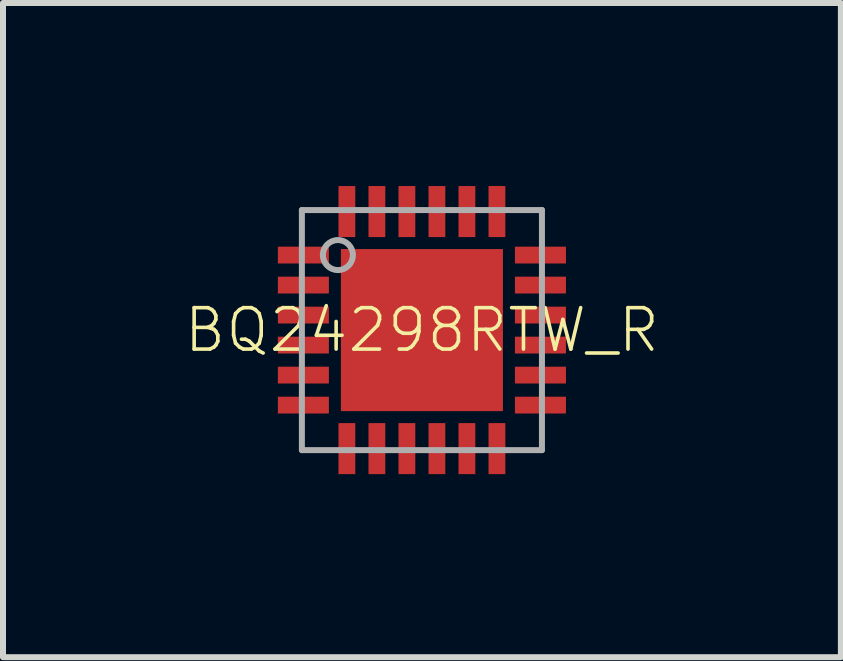
<source format=kicad_pcb>
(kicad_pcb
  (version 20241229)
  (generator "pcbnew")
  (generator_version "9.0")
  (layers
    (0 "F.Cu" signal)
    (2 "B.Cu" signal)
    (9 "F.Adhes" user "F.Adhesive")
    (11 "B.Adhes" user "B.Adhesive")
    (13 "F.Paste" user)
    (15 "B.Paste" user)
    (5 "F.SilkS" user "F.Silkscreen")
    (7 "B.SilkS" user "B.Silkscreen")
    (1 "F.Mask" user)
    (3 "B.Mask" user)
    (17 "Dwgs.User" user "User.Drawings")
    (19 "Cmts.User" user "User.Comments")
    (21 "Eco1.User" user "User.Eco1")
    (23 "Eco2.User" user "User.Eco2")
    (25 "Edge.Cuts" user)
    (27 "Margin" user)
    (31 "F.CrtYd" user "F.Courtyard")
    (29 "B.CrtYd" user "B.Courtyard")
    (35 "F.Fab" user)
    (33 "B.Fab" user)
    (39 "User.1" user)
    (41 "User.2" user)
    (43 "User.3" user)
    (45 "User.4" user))
  (footprint "BQ24298RTW_R"
    (layer "F.Cu")
    (at 3.98 2.45)
    (property "Reference" "BQ24298RTW_R" (at 0 0 0) (unlocked yes) (layer "F.SilkS") (effects (font (size 0.69 0.69) (thickness 0.06))))
    (fp_poly (pts (xy -2.45 -1.06) (xy -1.5 -1.06) (xy -1.5 -1.44) (xy -2.45 -1.44)) (stroke (width 0) (type default)) (fill yes) (layer "F.Mask"))
    (fp_poly (pts (xy -2.45 -0.56) (xy -1.5 -0.56) (xy -1.5 -0.94) (xy -2.45 -0.94)) (stroke (width 0) (type default)) (fill yes) (layer "F.Mask"))
    (fp_poly (pts (xy -2.45 -0.06) (xy -1.5 -0.06) (xy -1.5 -0.44) (xy -2.45 -0.44)) (stroke (width 0) (type default)) (fill yes) (layer "F.Mask"))
    (fp_poly (pts (xy -2.45 0.44) (xy -1.5 0.44) (xy -1.5 0.06) (xy -2.45 0.06)) (stroke (width 0) (type default)) (fill yes) (layer "F.Mask"))
    (fp_poly (pts (xy -2.45 0.94) (xy -1.5 0.94) (xy -1.5 0.56) (xy -2.45 0.56)) (stroke (width 0) (type default)) (fill yes) (layer "F.Mask"))
    (fp_poly (pts (xy -2.45 1.44) (xy -1.5 1.44) (xy -1.5 1.06) (xy -2.45 1.06)) (stroke (width 0) (type default)) (fill yes) (layer "F.Mask"))
    (fp_poly (pts (xy -1.44 -2.45) (xy -1.44 -1.5) (xy -1.06 -1.5) (xy -1.06 -2.45)) (stroke (width 0) (type default)) (fill yes) (layer "F.Mask"))
    (fp_poly (pts (xy -1.4 1.4) (xy 1.4 1.4) (xy 1.4 -1.4) (xy -1.4 -1.4)) (stroke (width 0) (type default)) (fill yes) (layer "F.Mask"))
    (fp_poly (pts (xy -1.06 2.45) (xy -1.06 1.5) (xy -1.44 1.5) (xy -1.44 2.45)) (stroke (width 0) (type default)) (fill yes) (layer "F.Mask"))
    (fp_poly (pts (xy -0.94 -2.45) (xy -0.94 -1.5) (xy -0.56 -1.5) (xy -0.56 -2.45)) (stroke (width 0) (type default)) (fill yes) (layer "F.Mask"))
    (fp_poly (pts (xy -0.56 2.45) (xy -0.56 1.5) (xy -0.94 1.5) (xy -0.94 2.45)) (stroke (width 0) (type default)) (fill yes) (layer "F.Mask"))
    (fp_poly (pts (xy -0.44 -2.45) (xy -0.44 -1.5) (xy -0.06 -1.5) (xy -0.06 -2.45)) (stroke (width 0) (type default)) (fill yes) (layer "F.Mask"))
    (fp_poly (pts (xy -0.06 2.45) (xy -0.06 1.5) (xy -0.44 1.5) (xy -0.44 2.45)) (stroke (width 0) (type default)) (fill yes) (layer "F.Mask"))
    (fp_poly (pts (xy 0.06 -2.45) (xy 0.06 -1.5) (xy 0.44 -1.5) (xy 0.44 -2.45)) (stroke (width 0) (type default)) (fill yes) (layer "F.Mask"))
    (fp_poly (pts (xy 0.44 2.45) (xy 0.44 1.5) (xy 0.06 1.5) (xy 0.06 2.45)) (stroke (width 0) (type default)) (fill yes) (layer "F.Mask"))
    (fp_poly (pts (xy 0.56 -2.45) (xy 0.56 -1.5) (xy 0.94 -1.5) (xy 0.94 -2.45)) (stroke (width 0) (type default)) (fill yes) (layer "F.Mask"))
    (fp_poly (pts (xy 0.94 2.45) (xy 0.94 1.5) (xy 0.56 1.5) (xy 0.56 2.45)) (stroke (width 0) (type default)) (fill yes) (layer "F.Mask"))
    (fp_poly (pts (xy 1.06 -2.45) (xy 1.06 -1.5) (xy 1.44 -1.5) (xy 1.44 -2.45)) (stroke (width 0) (type default)) (fill yes) (layer "F.Mask"))
    (fp_poly (pts (xy 1.44 2.45) (xy 1.44 1.5) (xy 1.06 1.5) (xy 1.06 2.45)) (stroke (width 0) (type default)) (fill yes) (layer "F.Mask"))
    (fp_poly (pts (xy 2.45 -1.44) (xy 1.5 -1.44) (xy 1.5 -1.06) (xy 2.45 -1.06)) (stroke (width 0) (type default)) (fill yes) (layer "F.Mask"))
    (fp_poly (pts (xy 2.45 -0.94) (xy 1.5 -0.94) (xy 1.5 -0.56) (xy 2.45 -0.56)) (stroke (width 0) (type default)) (fill yes) (layer "F.Mask"))
    (fp_poly (pts (xy 2.45 -0.44) (xy 1.5 -0.44) (xy 1.5 -0.06) (xy 2.45 -0.06)) (stroke (width 0) (type default)) (fill yes) (layer "F.Mask"))
    (fp_poly (pts (xy 2.45 0.06) (xy 1.5 0.06) (xy 1.5 0.44) (xy 2.45 0.44)) (stroke (width 0) (type default)) (fill yes) (layer "F.Mask"))
    (fp_poly (pts (xy 2.45 0.56) (xy 1.5 0.56) (xy 1.5 0.94) (xy 2.45 0.94)) (stroke (width 0) (type default)) (fill yes) (layer "F.Mask"))
    (fp_poly (pts (xy 2.45 1.06) (xy 1.5 1.06) (xy 1.5 1.44) (xy 2.45 1.44)) (stroke (width 0) (type default)) (fill yes) (layer "F.Mask"))
    (fp_poly (pts (xy -1.575 -1.135) (xy -2.375 -1.135) (xy -2.375 -1.365) (xy -1.575 -1.365)) (stroke (width 0) (type default)) (fill yes) (layer "F.Paste"))
    (fp_poly (pts (xy -1.575 -0.635) (xy -2.375 -0.635) (xy -2.375 -0.865) (xy -1.575 -0.865)) (stroke (width 0) (type default)) (fill yes) (layer "F.Paste"))
    (fp_poly (pts (xy -1.575 -0.135) (xy -2.375 -0.135) (xy -2.375 -0.365) (xy -1.575 -0.365)) (stroke (width 0) (type default)) (fill yes) (layer "F.Paste"))
    (fp_poly (pts (xy -1.575 0.365) (xy -2.375 0.365) (xy -2.375 0.135) (xy -1.575 0.135)) (stroke (width 0) (type default)) (fill yes) (layer "F.Paste"))
    (fp_poly (pts (xy -1.575 0.865) (xy -2.375 0.865) (xy -2.375 0.635) (xy -1.575 0.635)) (stroke (width 0) (type default)) (fill yes) (layer "F.Paste"))
    (fp_poly (pts (xy -1.575 1.365) (xy -2.375 1.365) (xy -2.375 1.135) (xy -1.575 1.135)) (stroke (width 0) (type default)) (fill yes) (layer "F.Paste"))
    (fp_poly (pts (xy -1.135 -1.575) (xy -1.365 -1.575) (xy -1.365 -2.375) (xy -1.135 -2.375)) (stroke (width 0) (type default)) (fill yes) (layer "F.Paste"))
    (fp_poly (pts (xy -1.135 2.375) (xy -1.365 2.375) (xy -1.365 1.575) (xy -1.135 1.575)) (stroke (width 0) (type default)) (fill yes) (layer "F.Paste"))
    (fp_poly (pts (xy -0.635 -1.575) (xy -0.865 -1.575) (xy -0.865 -2.375) (xy -0.635 -2.375)) (stroke (width 0) (type default)) (fill yes) (layer "F.Paste"))
    (fp_poly (pts (xy -0.635 2.375) (xy -0.865 2.375) (xy -0.865 1.575) (xy -0.635 1.575)) (stroke (width 0) (type default)) (fill yes) (layer "F.Paste"))
    (fp_poly (pts (xy -0.15 -0.15) (xy -1.25 -0.15) (xy -1.25 -1.25) (xy -0.15 -1.25)) (stroke (width 0) (type default)) (fill yes) (layer "F.Paste"))
    (fp_poly (pts (xy -0.15 1.25) (xy -1.25 1.25) (xy -1.25 0.15) (xy -0.15 0.15)) (stroke (width 0) (type default)) (fill yes) (layer "F.Paste"))
    (fp_poly (pts (xy -0.135 -1.575) (xy -0.365 -1.575) (xy -0.365 -2.375) (xy -0.135 -2.375)) (stroke (width 0) (type default)) (fill yes) (layer "F.Paste"))
    (fp_poly (pts (xy -0.135 2.375) (xy -0.365 2.375) (xy -0.365 1.575) (xy -0.135 1.575)) (stroke (width 0) (type default)) (fill yes) (layer "F.Paste"))
    (fp_poly (pts (xy 0.365 -1.575) (xy 0.135 -1.575) (xy 0.135 -2.375) (xy 0.365 -2.375)) (stroke (width 0) (type default)) (fill yes) (layer "F.Paste"))
    (fp_poly (pts (xy 0.365 2.375) (xy 0.135 2.375) (xy 0.135 1.575) (xy 0.365 1.575)) (stroke (width 0) (type default)) (fill yes) (layer "F.Paste"))
    (fp_poly (pts (xy 0.865 -1.575) (xy 0.635 -1.575) (xy 0.635 -2.375) (xy 0.865 -2.375)) (stroke (width 0) (type default)) (fill yes) (layer "F.Paste"))
    (fp_poly (pts (xy 0.865 2.375) (xy 0.635 2.375) (xy 0.635 1.575) (xy 0.865 1.575)) (stroke (width 0) (type default)) (fill yes) (layer "F.Paste"))
    (fp_poly (pts (xy 1.25 -0.15) (xy 0.15 -0.15) (xy 0.15 -1.25) (xy 1.25 -1.25)) (stroke (width 0) (type default)) (fill yes) (layer "F.Paste"))
    (fp_poly (pts (xy 1.25 1.25) (xy 0.15 1.25) (xy 0.15 0.15) (xy 1.25 0.15)) (stroke (width 0) (type default)) (fill yes) (layer "F.Paste"))
    (fp_poly (pts (xy 1.365 -1.575) (xy 1.135 -1.575) (xy 1.135 -2.375) (xy 1.365 -2.375)) (stroke (width 0) (type default)) (fill yes) (layer "F.Paste"))
    (fp_poly (pts (xy 1.365 2.375) (xy 1.135 2.375) (xy 1.135 1.575) (xy 1.365 1.575)) (stroke (width 0) (type default)) (fill yes) (layer "F.Paste"))
    (fp_poly (pts (xy 2.375 -1.135) (xy 1.575 -1.135) (xy 1.575 -1.365) (xy 2.375 -1.365)) (stroke (width 0) (type default)) (fill yes) (layer "F.Paste"))
    (fp_poly (pts (xy 2.375 -0.635) (xy 1.575 -0.635) (xy 1.575 -0.865) (xy 2.375 -0.865)) (stroke (width 0) (type default)) (fill yes) (layer "F.Paste"))
    (fp_poly (pts (xy 2.375 -0.135) (xy 1.575 -0.135) (xy 1.575 -0.365) (xy 2.375 -0.365)) (stroke (width 0) (type default)) (fill yes) (layer "F.Paste"))
    (fp_poly (pts (xy 2.375 0.365) (xy 1.575 0.365) (xy 1.575 0.135) (xy 2.375 0.135)) (stroke (width 0) (type default)) (fill yes) (layer "F.Paste"))
    (fp_poly (pts (xy 2.375 0.865) (xy 1.575 0.865) (xy 1.575 0.635) (xy 2.375 0.635)) (stroke (width 0) (type default)) (fill yes) (layer "F.Paste"))
    (fp_poly (pts (xy 2.375 1.365) (xy 1.575 1.365) (xy 1.575 1.135) (xy 2.375 1.135)) (stroke (width 0) (type default)) (fill yes) (layer "F.Paste"))
    (fp_line (start -2 -2) (end -2 2) (stroke (width 0.1) (type solid)) (layer "F.Fab"))
    (fp_line (start -2 2) (end 2 2) (stroke (width 0.1) (type solid)) (layer "F.Fab"))
    (fp_line (start 2 -2) (end -2 -2) (stroke (width 0.1) (type solid)) (layer "F.Fab"))
    (fp_line (start 2 2) (end 2 -2) (stroke (width 0.1) (type solid)) (layer "F.Fab"))
    (fp_circle (center -1.4 -1.25) (end -1.15 -1.25) (stroke (width 0.1) (type solid)) (fill no) (layer "F.Fab"))
    (pad "0" smd rect (at 0 0) (size 2.7 2.7) (layers "F.Cu"))
    (pad "1" smd rect (at -1.975 -1.25 180) (size 0.85 0.28) (layers "F.Cu"))
    (pad "2" smd rect (at -1.975 -0.75 180) (size 0.85 0.28) (layers "F.Cu"))
    (pad "3" smd rect (at -1.975 -0.25 180) (size 0.85 0.28) (layers "F.Cu"))
    (pad "4" smd rect (at -1.975 0.25 180) (size 0.85 0.28) (layers "F.Cu"))
    (pad "5" smd rect (at -1.975 0.75 180) (size 0.85 0.28) (layers "F.Cu"))
    (pad "6" smd rect (at -1.975 1.25 180) (size 0.85 0.28) (layers "F.Cu"))
    (pad "7" smd rect (at -1.25 1.975 270) (size 0.85 0.28) (layers "F.Cu"))
    (pad "8" smd rect (at -0.75 1.975 270) (size 0.85 0.28) (layers "F.Cu"))
    (pad "9" smd rect (at -0.25 1.975 270) (size 0.85 0.28) (layers "F.Cu"))
    (pad "10" smd rect (at 0.25 1.975 270) (size 0.85 0.28) (layers "F.Cu"))
    (pad "11" smd rect (at 0.75 1.975 270) (size 0.85 0.28) (layers "F.Cu"))
    (pad "12" smd rect (at 1.25 1.975 270) (size 0.85 0.28) (layers "F.Cu"))
    (pad "13" smd rect (at 1.975 1.25) (size 0.85 0.28) (layers "F.Cu"))
    (pad "14" smd rect (at 1.975 0.75) (size 0.85 0.28) (layers "F.Cu"))
    (pad "15" smd rect (at 1.975 0.25) (size 0.85 0.28) (layers "F.Cu"))
    (pad "16" smd rect (at 1.975 -0.25) (size 0.85 0.28) (layers "F.Cu"))
    (pad "17" smd rect (at 1.975 -0.75) (size 0.85 0.28) (layers "F.Cu"))
    (pad "18" smd rect (at 1.975 -1.25) (size 0.85 0.28) (layers "F.Cu"))
    (pad "19" smd rect (at 1.25 -1.975 90) (size 0.85 0.28) (layers "F.Cu"))
    (pad "20" smd rect (at 0.75 -1.975 90) (size 0.85 0.28) (layers "F.Cu"))
    (pad "21" smd rect (at 0.25 -1.975 90) (size 0.85 0.28) (layers "F.Cu"))
    (pad "22" smd rect (at -0.25 -1.975 90) (size 0.85 0.28) (layers "F.Cu"))
    (pad "23" smd rect (at -0.75 -1.975 90) (size 0.85 0.28) (layers "F.Cu"))
    (pad "24" smd rect (at -1.25 -1.975 90) (size 0.85 0.28) (layers "F.Cu")))
  (gr_rect
    (start -3 -3)
    (end 10.961 7.9)
    (stroke (width 0.1) (type default))
    (fill no)
    (layer "Edge.Cuts")))
</source>
